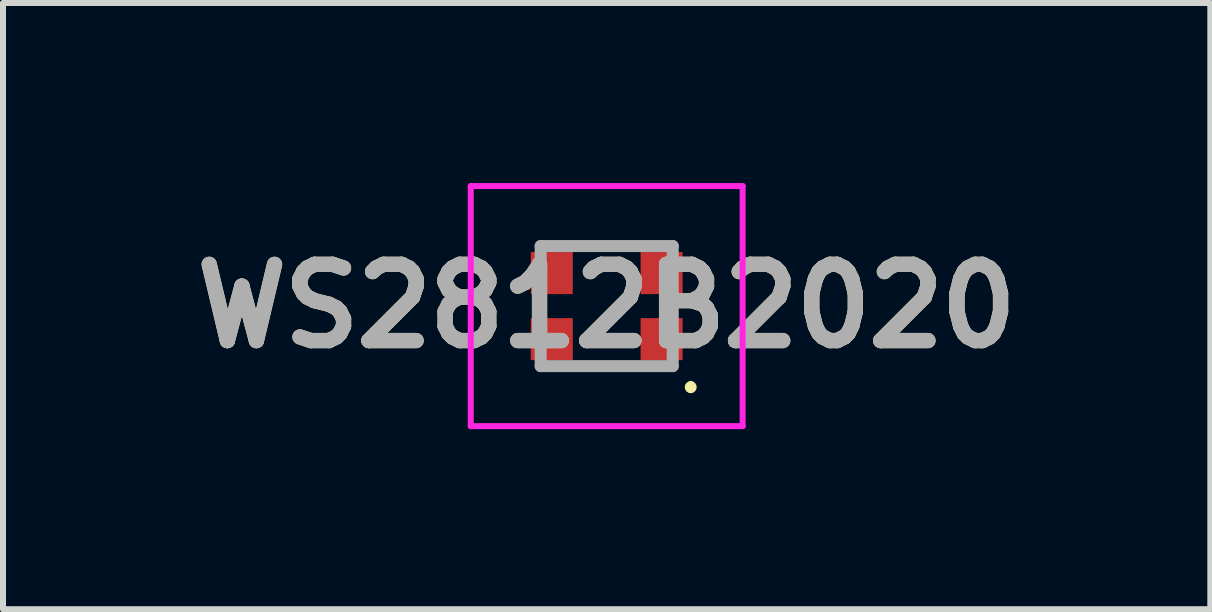
<source format=kicad_pcb>
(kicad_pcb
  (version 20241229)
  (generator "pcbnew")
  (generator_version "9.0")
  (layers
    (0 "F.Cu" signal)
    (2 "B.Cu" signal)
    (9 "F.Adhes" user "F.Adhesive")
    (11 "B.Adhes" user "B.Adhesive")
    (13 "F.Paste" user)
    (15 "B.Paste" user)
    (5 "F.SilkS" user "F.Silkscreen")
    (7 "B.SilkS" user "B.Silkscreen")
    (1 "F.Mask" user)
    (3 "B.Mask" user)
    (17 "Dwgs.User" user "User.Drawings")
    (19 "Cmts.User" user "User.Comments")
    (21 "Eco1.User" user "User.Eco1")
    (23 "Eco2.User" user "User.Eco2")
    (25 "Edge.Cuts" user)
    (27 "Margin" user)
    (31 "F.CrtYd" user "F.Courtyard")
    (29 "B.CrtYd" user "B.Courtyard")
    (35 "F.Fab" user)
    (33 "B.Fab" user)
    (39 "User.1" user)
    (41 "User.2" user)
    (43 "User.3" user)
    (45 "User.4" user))
  (footprint "WS2812B2020"
    (layer "F.Cu")
    (at 7.058 2.05)
    (property "Reference" "WS2812B2020" (at 0 0 0) (layer "F.SilkS") (effects (font (size 1.27 1.27) (thickness 0.254))))
    (attr smd)
    (fp_line (start 1.4 1.3) (end 1.4 1.3) (stroke (width 0.1) (type solid)) (layer "F.SilkS"))
    (fp_line (start 1.4 1.4) (end 1.4 1.4) (stroke (width 0.1) (type solid)) (layer "F.SilkS"))
    (fp_arc (start 1.4 1.3) (mid 1.45 1.35) (end 1.4 1.4) (stroke (width 0.1) (type solid)) (layer "F.SilkS"))
    (fp_arc (start 1.4 1.4) (mid 1.35 1.35) (end 1.4 1.3) (stroke (width 0.1) (type solid)) (layer "F.SilkS"))
    (fp_line (start -2.265 -2) (end 2.265 -2) (stroke (width 0.1) (type solid)) (layer "F.CrtYd"))
    (fp_line (start -2.265 2) (end -2.265 -2) (stroke (width 0.1) (type solid)) (layer "F.CrtYd"))
    (fp_line (start 2.265 -2) (end 2.265 2) (stroke (width 0.1) (type solid)) (layer "F.CrtYd"))
    (fp_line (start 2.265 2) (end -2.265 2) (stroke (width 0.1) (type solid)) (layer "F.CrtYd"))
    (fp_line (start -1.1 -1) (end 1.1 -1) (stroke (width 0.2) (type solid)) (layer "F.Fab"))
    (fp_line (start -1.1 1) (end -1.1 -1) (stroke (width 0.2) (type solid)) (layer "F.Fab"))
    (fp_line (start 1.1 -1) (end 1.1 1) (stroke (width 0.2) (type solid)) (layer "F.Fab"))
    (fp_line (start 1.1 1) (end -1.1 1) (stroke (width 0.2) (type solid)) (layer "F.Fab"))
    (fp_text user "${REFERENCE}" (at 0 0 0) (layer "F.Fab") (effects (font (size 1.27 1.27) (thickness 0.254))))
    (pad "1" smd rect (at 0.915 0.55 90) (size 0.7 0.7) (layers "F.Cu" "F.Mask" "F.Paste"))
    (pad "2" smd rect (at 0.915 -0.55 90) (size 0.7 0.7) (layers "F.Cu" "F.Mask" "F.Paste"))
    (pad "3" smd rect (at -0.915 -0.55 90) (size 0.7 0.7) (layers "F.Cu" "F.Mask" "F.Paste"))
    (pad "4" smd rect (at -0.915 0.55 90) (size 0.7 0.7) (layers "F.Cu" "F.Mask" "F.Paste")))
  (gr_rect
    (start -3 -3)
    (end 17.115 7.1)
    (stroke (width 0.1) (type default))
    (fill no)
    (layer "Edge.Cuts")))
</source>
